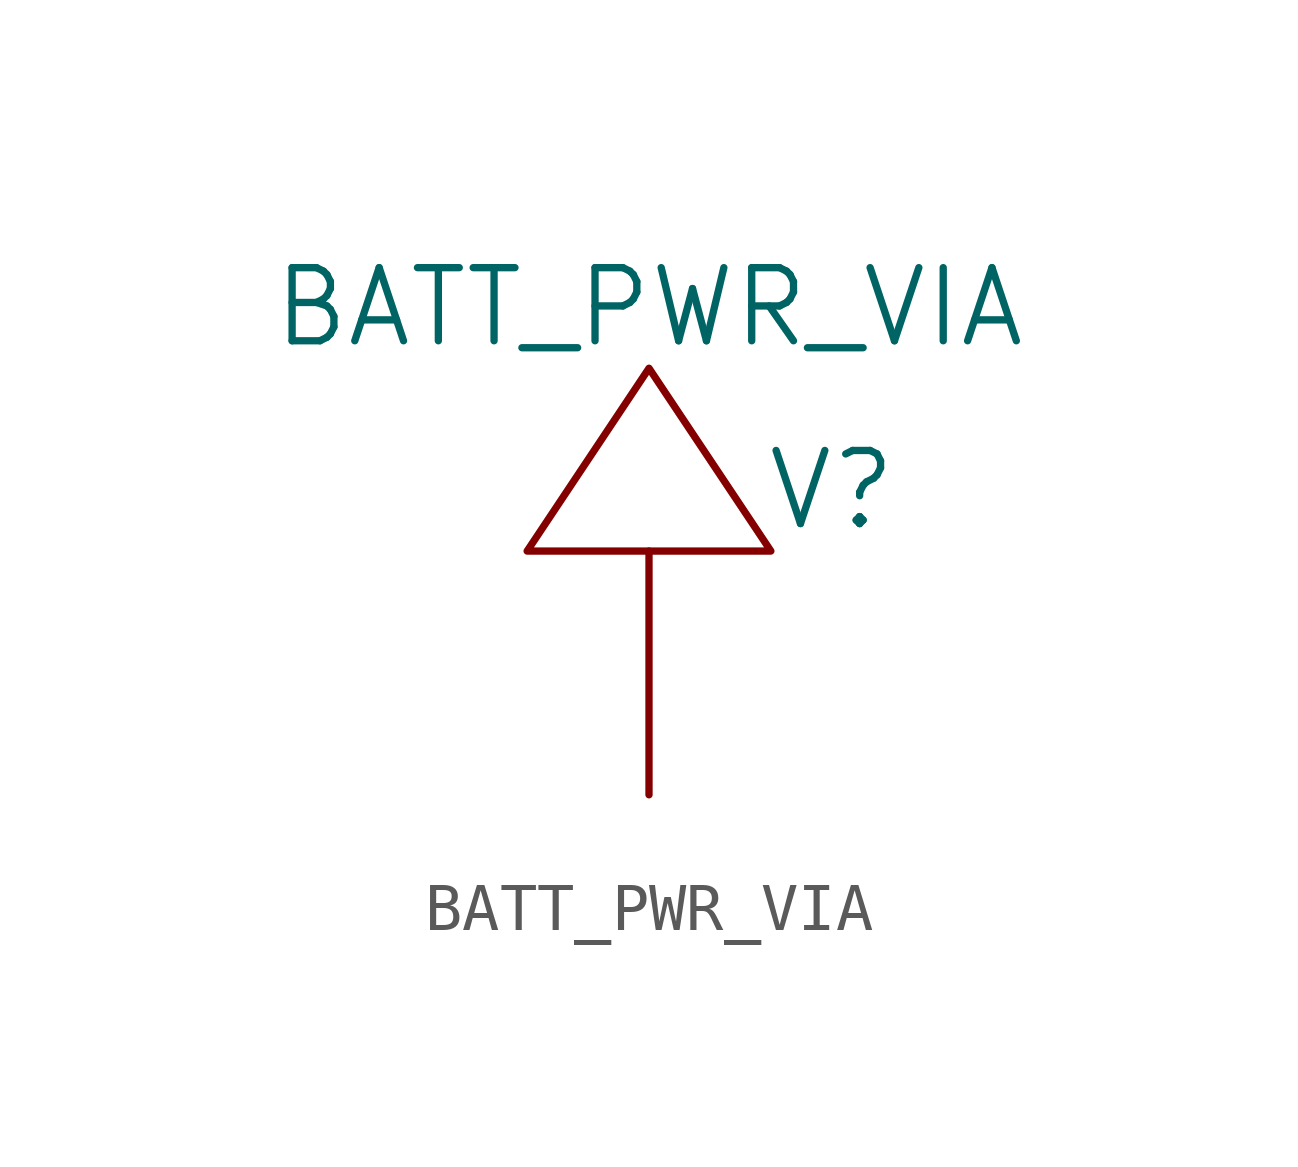
<source format=kicad_sym>
(kicad_symbol_lib
  (version 20211014)
  (generator kicad_symbol_editor)
  (symbol "BATT_PWR_VIA"
    (pin_numbers hide)
    (pin_names
      (offset 1.016) hide)
    (property "Reference" "V"
      (at 3.81 1.27 0)
      (effects (font (size 1.524 1.524))))
    (property "Value" "BATT_PWR_VIA"
      (at 0 5.08 0)
      (effects (font (size 1.524 1.524))))
    (symbol "BATT_PWR_VIA_0_1"
      (polyline (pts (xy 0 3.81) (xy -2.54 0) (xy 2.54 0) (xy 0 3.81)) (stroke (width 0) (type default) (color 0 0 0 0)) (fill (type none))))
    (symbol "BATT_PWR_VIA_1_1"
      (pin input line (at 0 -5.08 90) (length 5.08) (name "1" (effects (font (size 1.27 1.27)))) (number "1" (effects (font (size 1.27 1.27))))))))
</source>
